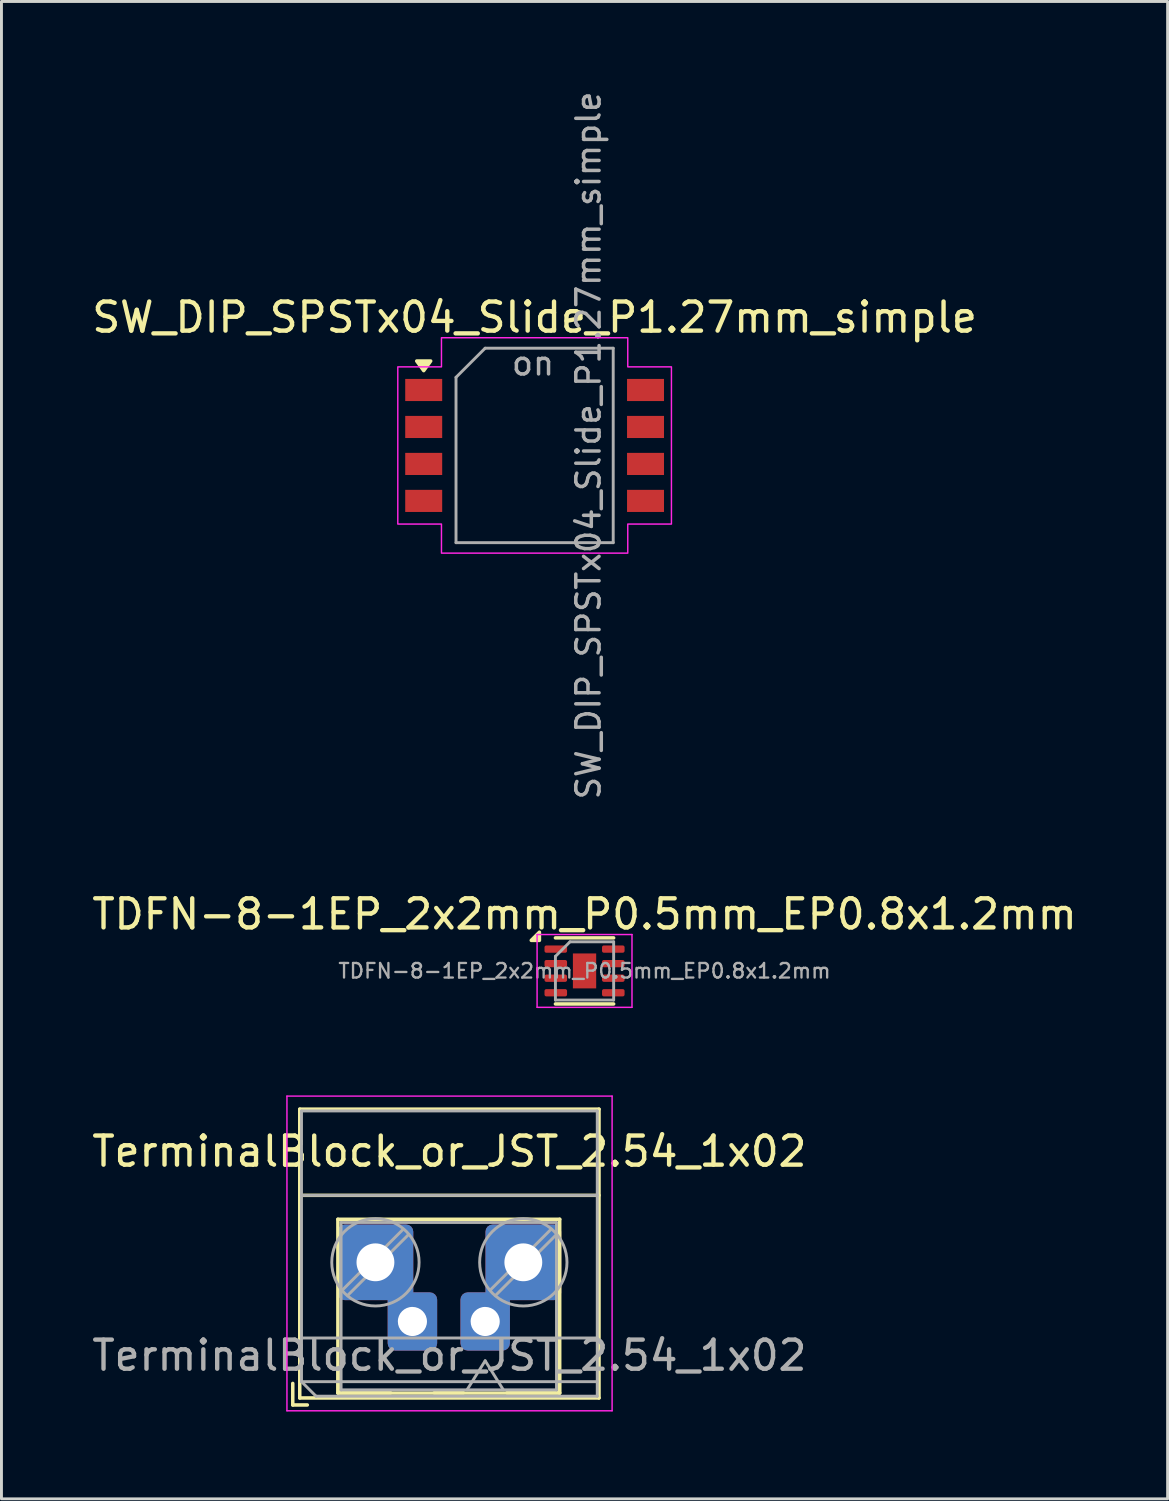
<source format=kicad_pcb>
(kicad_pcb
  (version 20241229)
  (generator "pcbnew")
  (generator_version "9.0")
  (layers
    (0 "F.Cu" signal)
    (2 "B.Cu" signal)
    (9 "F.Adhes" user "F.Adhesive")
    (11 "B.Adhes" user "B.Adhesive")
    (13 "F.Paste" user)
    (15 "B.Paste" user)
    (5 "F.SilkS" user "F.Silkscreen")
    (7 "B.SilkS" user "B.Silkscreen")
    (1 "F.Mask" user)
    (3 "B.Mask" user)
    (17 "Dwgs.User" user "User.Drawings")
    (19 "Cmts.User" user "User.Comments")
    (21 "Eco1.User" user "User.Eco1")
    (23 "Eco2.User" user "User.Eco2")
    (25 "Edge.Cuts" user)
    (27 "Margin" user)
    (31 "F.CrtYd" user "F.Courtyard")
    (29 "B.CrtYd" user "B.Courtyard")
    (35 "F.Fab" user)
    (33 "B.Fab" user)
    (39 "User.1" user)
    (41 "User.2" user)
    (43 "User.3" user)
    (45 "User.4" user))
  (footprint "TerminalBlock_or_JST_2.54_1x02"
    (layer "F.Cu")
    (at 9.847 40.313)
    (property "Reference" "TerminalBlock_or_JST_2.54_1x02" (at 2.54 -3.81 0) (layer "F.SilkS") (effects (font (size 1 1) (thickness 0.15))))
    (attr through_hole)
    (fp_line (start -2.84 4.16) (end -2.84 4.9) (stroke (width 0.12) (type solid)) (layer "F.SilkS"))
    (fp_line (start -2.84 4.9) (end -2.34 4.9) (stroke (width 0.12) (type solid)) (layer "F.SilkS"))
    (fp_line (start -2.6 -5.261) (end -2.6 4.66) (stroke (width 0.12) (type solid)) (layer "F.SilkS"))
    (fp_line (start -2.6 -5.261) (end 7.68 -5.261) (stroke (width 0.12) (type solid)) (layer "F.SilkS"))
    (fp_line (start -2.6 -2.301) (end 7.68 -2.301) (stroke (width 0.12) (type solid)) (layer "F.SilkS"))
    (fp_line (start -2.6 4.66) (end 7.68 4.66) (stroke (width 0.12) (type solid)) (layer "F.SilkS"))
    (fp_line (start -1.29 -1.478) (end -1.29 4.492) (stroke (width 0.12) (type solid)) (layer "F.SilkS"))
    (fp_line (start -1.29 4.492) (end 6.33 4.492) (stroke (width 0.12) (type solid)) (layer "F.SilkS"))
    (fp_line (start -1.28 3.732) (end -1.28 4.482) (stroke (width 0.12) (type solid)) (layer "F.SilkS"))
    (fp_line (start -1.28 4.482) (end 0.52 4.482) (stroke (width 0.12) (type solid)) (layer "F.SilkS"))
    (fp_line (start 2.02 4.482) (end 3.02 4.482) (stroke (width 0.12) (type solid)) (layer "F.SilkS"))
    (fp_line (start 4.52 4.482) (end 6.32 4.482) (stroke (width 0.12) (type solid)) (layer "F.SilkS"))
    (fp_line (start 6.32 4.482) (end 6.32 3.732) (stroke (width 0.12) (type solid)) (layer "F.SilkS"))
    (fp_line (start 6.33 -1.478) (end -1.29 -1.478) (stroke (width 0.12) (type solid)) (layer "F.SilkS"))
    (fp_line (start 6.33 4.492) (end 6.33 -1.478) (stroke (width 0.12) (type solid)) (layer "F.SilkS"))
    (fp_line (start 7.68 -5.261) (end 7.68 4.66) (stroke (width 0.12) (type solid)) (layer "F.SilkS"))
    (fp_line (start -3.04 -5.71) (end -3.04 5.1) (stroke (width 0.05) (type solid)) (layer "F.CrtYd"))
    (fp_line (start -3.04 5.1) (end 8.13 5.1) (stroke (width 0.05) (type solid)) (layer "F.CrtYd"))
    (fp_line (start 8.13 -5.71) (end -3.04 -5.71) (stroke (width 0.05) (type solid)) (layer "F.CrtYd"))
    (fp_line (start 8.13 5.1) (end 8.13 -5.71) (stroke (width 0.05) (type solid)) (layer "F.CrtYd"))
    (fp_line (start -2.54 -5.2) (end 7.62 -5.2) (stroke (width 0.1) (type solid)) (layer "F.Fab"))
    (fp_line (start -2.54 -2.3) (end 7.62 -2.3) (stroke (width 0.1) (type solid)) (layer "F.Fab"))
    (fp_line (start -2.54 2.6) (end 7.62 2.6) (stroke (width 0.1) (type solid)) (layer "F.Fab"))
    (fp_line (start -2.54 4.1) (end -2.54 -5.2) (stroke (width 0.1) (type solid)) (layer "F.Fab"))
    (fp_line (start -2.54 4.1) (end 7.62 4.1) (stroke (width 0.1) (type solid)) (layer "F.Fab"))
    (fp_line (start -2.04 4.6) (end -2.54 4.1) (stroke (width 0.1) (type solid)) (layer "F.Fab"))
    (fp_line (start -1.18 -1.368) (end -1.18 4.382) (stroke (width 0.1) (type solid)) (layer "F.Fab"))
    (fp_line (start -1.18 4.382) (end 6.22 4.382) (stroke (width 0.1) (type solid)) (layer "F.Fab"))
    (fp_line (start 0.955 -1.138) (end -1.138 0.955) (stroke (width 0.1) (type solid)) (layer "F.Fab"))
    (fp_line (start 1.138 -0.955) (end -0.955 1.138) (stroke (width 0.1) (type solid)) (layer "F.Fab"))
    (fp_line (start 3.77 3.382) (end 3.145 4.382) (stroke (width 0.1) (type solid)) (layer "F.Fab"))
    (fp_line (start 4.395 4.382) (end 3.77 3.382) (stroke (width 0.1) (type solid)) (layer "F.Fab"))
    (fp_line (start 6.035 -1.138) (end 3.943 0.955) (stroke (width 0.1) (type solid)) (layer "F.Fab"))
    (fp_line (start 6.218 -0.955) (end 4.126 1.138) (stroke (width 0.1) (type solid)) (layer "F.Fab"))
    (fp_line (start 6.22 -1.368) (end -1.18 -1.368) (stroke (width 0.1) (type solid)) (layer "F.Fab"))
    (fp_line (start 6.22 4.382) (end 6.22 -1.368) (stroke (width 0.1) (type solid)) (layer "F.Fab"))
    (fp_line (start 7.62 -5.2) (end 7.62 4.6) (stroke (width 0.1) (type solid)) (layer "F.Fab"))
    (fp_line (start 7.62 4.6) (end -2.04 4.6) (stroke (width 0.1) (type solid)) (layer "F.Fab"))
    (fp_circle (center 0 0) (end 1.5 0) (stroke (width 0.1) (type solid)) (fill no) (layer "F.Fab"))
    (fp_circle (center 5.08 0) (end 6.58 0) (stroke (width 0.1) (type solid)) (fill no) (layer "F.Fab"))
    (fp_text user "${REFERENCE}" (at 2.54 3.2 0) (layer "F.Fab") (effects (font (size 1 1) (thickness 0.15))))
    (pad "1" thru_hole roundrect (at 0 0) (size 2.6 2.6) (drill 1.3) (layers "*.Cu" "*.Mask") (roundrect_rratio 0.096))
    (pad "1" thru_hole roundrect (at 1.27 2.032 180) (size 1.7 2) (drill 1) (layers "*.Cu" "*.Mask") (roundrect_rratio 0.147))
    (pad "2" thru_hole roundrect (at 3.77 2.032 180) (size 1.7 2) (drill 1) (layers "*.Cu" "*.Mask") (roundrect_rratio 0.147))
    (pad "2" thru_hole roundrect (at 5.08 0) (size 2.6 2.6) (drill 1.3) (layers "*.Cu" "*.Mask") (roundrect_rratio 0.096)))
  (footprint "SW_DIP_SPSTx04_Slide_P1.27mm_simple"
    (layer "F.Cu")
    (at 15.315 12.252)
    (property "Reference" "SW_DIP_SPSTx04_Slide_P1.27mm_simple" (at 0 -4.4 0) (layer "F.SilkS") (effects (font (size 1 1) (thickness 0.15))))
    (attr smd)
    (fp_poly (pts (xy -3.81 -2.57) (xy -4.05 -2.9) (xy -3.57 -2.9) (xy -3.81 -2.57)) (stroke (width 0.12) (type solid)) (fill yes) (layer "F.SilkS"))
    (fp_poly (pts (xy -3.2 -3.7) (xy 3.2 -3.7) (xy 3.2 -2.7) (xy 4.7 -2.7) (xy 4.7 2.7) (xy 3.2 2.7) (xy 3.2 3.7) (xy -3.2 3.7) (xy -3.2 2.7) (xy -4.7 2.7) (xy -4.7 -2.7) (xy -3.2 -2.7)) (stroke (width 0.05) (type solid)) (fill no) (layer "F.CrtYd"))
    (fp_line (start -2.7 -2.34) (end -1.7 -3.34) (stroke (width 0.1) (type solid)) (layer "F.Fab"))
    (fp_line (start -2.7 3.34) (end -2.7 -2.34) (stroke (width 0.1) (type solid)) (layer "F.Fab"))
    (fp_line (start -1.7 -3.34) (end 2.7 -3.34) (stroke (width 0.1) (type solid)) (layer "F.Fab"))
    (fp_line (start 2.7 -3.34) (end 2.7 3.34) (stroke (width 0.1) (type solid)) (layer "F.Fab"))
    (fp_line (start 2.7 3.34) (end -2.7 3.34) (stroke (width 0.1) (type solid)) (layer "F.Fab"))
    (fp_text user "${REFERENCE}" (at 1.85 0 90) (layer "F.Fab") (effects (font (size 0.8 0.8) (thickness 0.12))))
    (fp_text user "on" (at -0.055 -2.822 0) (layer "F.Fab") (effects (font (size 0.8 0.8) (thickness 0.12))))
    (pad "1" smd rect (at -3.81 -1.905) (size 1.27 0.76) (layers "F.Cu" "F.Mask" "F.Paste"))
    (pad "2" smd rect (at -3.81 -0.635) (size 1.27 0.76) (layers "F.Cu" "F.Mask" "F.Paste"))
    (pad "3" smd rect (at -3.81 0.635) (size 1.27 0.76) (layers "F.Cu" "F.Mask" "F.Paste"))
    (pad "4" smd rect (at -3.81 1.905) (size 1.27 0.76) (layers "F.Cu" "F.Mask" "F.Paste"))
    (pad "5" smd rect (at 3.81 1.905) (size 1.27 0.76) (layers "F.Cu" "F.Mask" "F.Paste"))
    (pad "6" smd rect (at 3.81 0.635) (size 1.27 0.76) (layers "F.Cu" "F.Mask" "F.Paste"))
    (pad "7" smd rect (at 3.81 -0.635) (size 1.27 0.76) (layers "F.Cu" "F.Mask" "F.Paste"))
    (pad "8" smd rect (at 3.81 -1.905) (size 1.27 0.76) (layers "F.Cu" "F.Mask" "F.Paste")))
  (footprint "TDFN-8-1EP_2x2mm_P0.5mm_EP0.8x1.2mm"
    (layer "F.Cu")
    (at 17.03 30.303)
    (property "Reference" "TDFN-8-1EP_2x2mm_P0.5mm_EP0.8x1.2mm" (at 0 -1.95 0) (layer "F.SilkS") (effects (font (size 1 1) (thickness 0.15))))
    (attr smd)
    (fp_line (start -1 -1.135) (end 1 -1.135) (stroke (width 0.12) (type solid)) (layer "F.SilkS"))
    (fp_line (start -1 1.135) (end 1 1.135) (stroke (width 0.12) (type solid)) (layer "F.SilkS"))
    (fp_poly (pts (xy -1.55 -1.05) (xy -1.83 -1.05) (xy -1.55 -1.33) (xy -1.55 -1.05)) (stroke (width 0.12) (type solid)) (fill yes) (layer "F.SilkS"))
    (fp_line (start -1.63 -1.25) (end -1.63 1.25) (stroke (width 0.05) (type solid)) (layer "F.CrtYd"))
    (fp_line (start -1.63 1.25) (end 1.63 1.25) (stroke (width 0.05) (type solid)) (layer "F.CrtYd"))
    (fp_line (start 1.63 -1.25) (end -1.63 -1.25) (stroke (width 0.05) (type solid)) (layer "F.CrtYd"))
    (fp_line (start 1.63 1.25) (end 1.63 -1.25) (stroke (width 0.05) (type solid)) (layer "F.CrtYd"))
    (fp_line (start -1 -0.5) (end -0.5 -1) (stroke (width 0.1) (type solid)) (layer "F.Fab"))
    (fp_line (start -1 1) (end -1 -0.5) (stroke (width 0.1) (type solid)) (layer "F.Fab"))
    (fp_line (start -0.5 -1) (end 1 -1) (stroke (width 0.1) (type solid)) (layer "F.Fab"))
    (fp_line (start 1 -1) (end 1 1) (stroke (width 0.1) (type solid)) (layer "F.Fab"))
    (fp_line (start 1 1) (end -1 1) (stroke (width 0.1) (type solid)) (layer "F.Fab"))
    (fp_text user "${REFERENCE}" (at 0 0 0) (layer "F.Fab") (effects (font (size 0.5 0.5) (thickness 0.08))))
    (pad "" smd roundrect (at -0.2 -0.3) (size 0.32 0.48) (layers "F.Paste") (roundrect_rratio 0.25))
    (pad "" smd roundrect (at -0.2 0.3) (size 0.32 0.48) (layers "F.Paste") (roundrect_rratio 0.25))
    (pad "" smd roundrect (at 0.2 -0.3) (size 0.32 0.48) (layers "F.Paste") (roundrect_rratio 0.25))
    (pad "" smd roundrect (at 0.2 0.3) (size 0.32 0.48) (layers "F.Paste") (roundrect_rratio 0.25))
    (pad "1" smd roundrect (at -0.988 -0.75) (size 0.775 0.25) (layers "F.Cu" "F.Mask" "F.Paste") (roundrect_rratio 0.25))
    (pad "2" smd roundrect (at -0.988 -0.25) (size 0.775 0.25) (layers "F.Cu" "F.Mask" "F.Paste") (roundrect_rratio 0.25))
    (pad "3" smd roundrect (at -0.988 0.25) (size 0.775 0.25) (layers "F.Cu" "F.Mask" "F.Paste") (roundrect_rratio 0.25))
    (pad "4" smd roundrect (at -0.988 0.75) (size 0.775 0.25) (layers "F.Cu" "F.Mask" "F.Paste") (roundrect_rratio 0.25))
    (pad "5" smd roundrect (at 0.988 0.75) (size 0.775 0.25) (layers "F.Cu" "F.Mask" "F.Paste") (roundrect_rratio 0.25))
    (pad "6" smd roundrect (at 0.988 0.25) (size 0.775 0.25) (layers "F.Cu" "F.Mask" "F.Paste") (roundrect_rratio 0.25))
    (pad "7" smd roundrect (at 0.988 -0.25) (size 0.775 0.25) (layers "F.Cu" "F.Mask" "F.Paste") (roundrect_rratio 0.25))
    (pad "8" smd roundrect (at 0.988 -0.75) (size 0.775 0.25) (layers "F.Cu" "F.Mask" "F.Paste") (roundrect_rratio 0.25))
    (pad "9" smd rect (at 0 0) (size 0.8 1.2) (property pad_prop_heatsink) (layers "F.Cu" "F.Mask")))
  (gr_rect
    (start -3 -3)
    (end 37.06 48.438)
    (stroke (width 0.1) (type default))
    (fill no)
    (layer "Edge.Cuts")))
</source>
